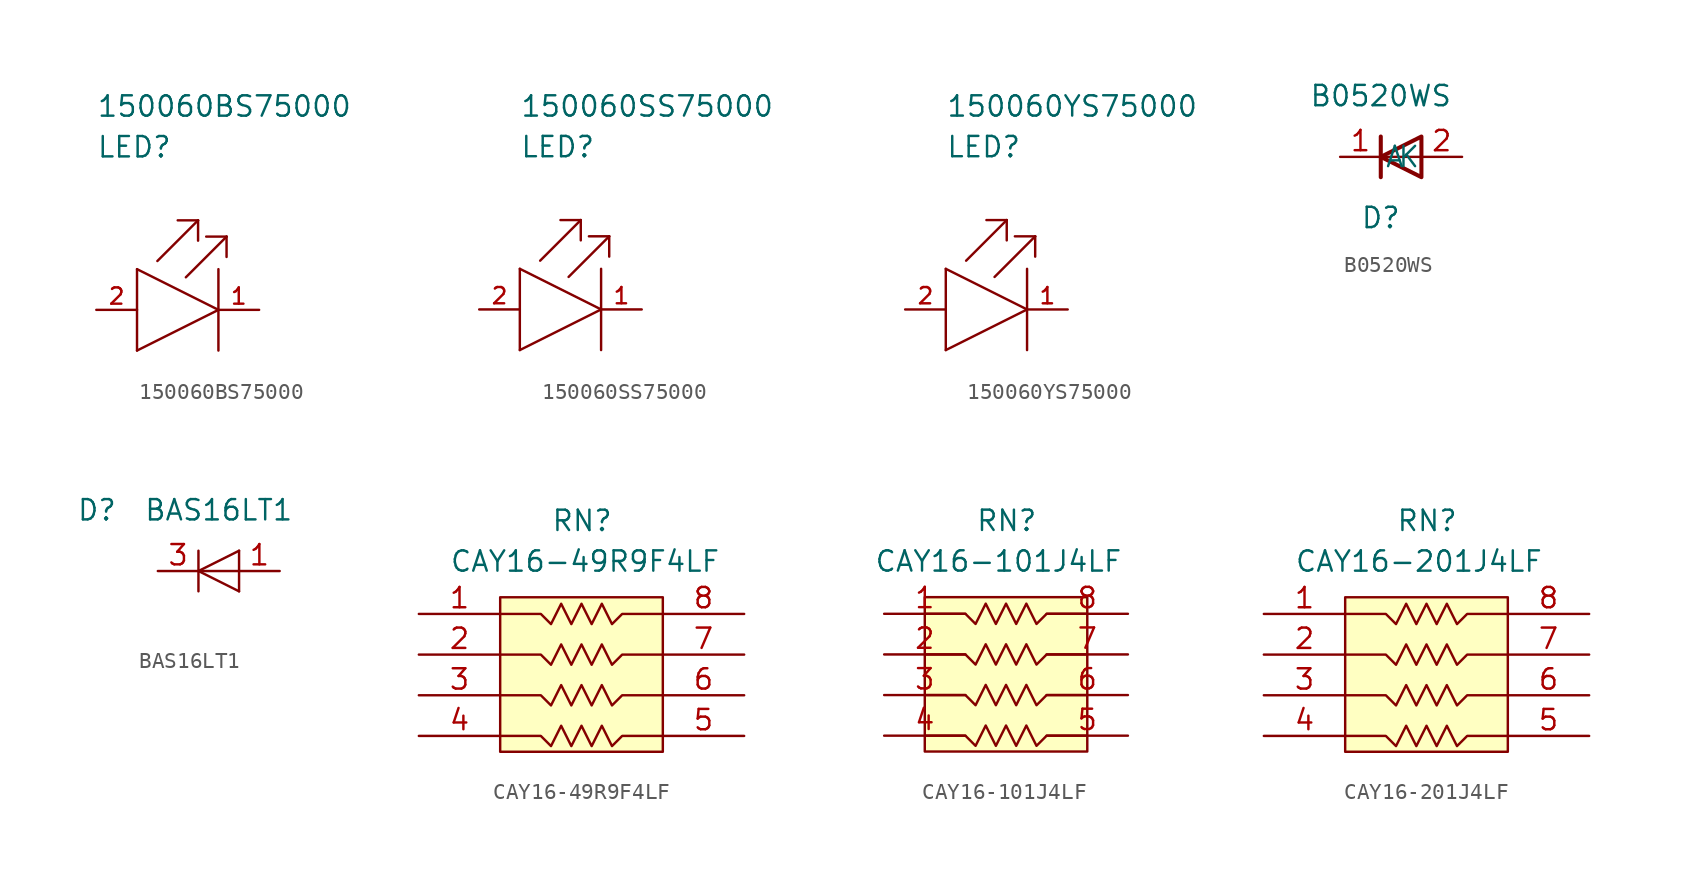
<source format=kicad_sym>
(kicad_symbol_lib
  (version 20241209)
  (generator "kicad_symbol_editor")
  (generator_version "9.0")
  (symbol "150060BS75000"
    (pin_names
      (offset 1.016))
    (property "Reference" "LED"
      (at 0 10.16 0)
      (effects (font (size 1.27 1.27)) (justify left)))
    (property "Value" "150060BS75000"
      (at 0 12.7 0)
      (effects (font (size 1.27 1.27)) (justify left)))
    (symbol "150060BS75000_1_1"
      (polyline (pts (xy 2.54 2.54) (xy 2.54 -2.54)) (stroke (width 0) (type solid)) (fill (type none)))
      (polyline (pts (xy 2.54 2.54) (xy 7.62 0)) (stroke (width 0) (type solid)) (fill (type none)))
      (polyline (pts (xy 2.54 -2.54) (xy 7.62 0)) (stroke (width 0) (type solid)) (fill (type none)))
      (polyline (pts (xy 3.81 3.048) (xy 6.35 5.588)) (stroke (width 0) (type solid)) (fill (type none)))
      (polyline (pts (xy 5.588 2.032) (xy 8.128 4.572)) (stroke (width 0) (type solid)) (fill (type none)))
      (polyline (pts (xy 6.35 5.588) (xy 5.08 5.588)) (stroke (width 0) (type solid)) (fill (type none)))
      (polyline (pts (xy 6.35 5.588) (xy 6.35 4.318)) (stroke (width 0) (type solid)) (fill (type none)))
      (polyline (pts (xy 7.62 2.54) (xy 7.62 -2.54)) (stroke (width 0) (type solid)) (fill (type none)))
      (polyline (pts (xy 8.128 4.572) (xy 6.858 4.572)) (stroke (width 0) (type solid)) (fill (type none)))
      (polyline (pts (xy 8.128 4.572) (xy 8.128 3.302)) (stroke (width 0) (type solid)) (fill (type none)))
      (pin passive line (at 0 0 0) (length 2.54) (name "ANODE" (effects (font (size 0 0)))) (number "2" (effects (font (size 1.016 1.016)))))
      (pin passive line (at 10.16 0 180) (length 2.54) (name "CATHODE" (effects (font (size 0 0)))) (number "1" (effects (font (size 1.016 1.016)))))))
  (symbol "150060SS75000"
    (pin_names
      (offset 1.016))
    (property "Reference" "LED"
      (at 0 10.16 0)
      (effects (font (size 1.27 1.27)) (justify left)))
    (property "Value" "150060SS75000"
      (at 0 12.7 0)
      (effects (font (size 1.27 1.27)) (justify left)))
    (symbol "150060SS75000_1_1"
      (polyline (pts (xy 0 2.54) (xy 0 -2.54)) (stroke (width 0) (type solid)) (fill (type none)))
      (polyline (pts (xy 0 2.54) (xy 5.08 0)) (stroke (width 0) (type solid)) (fill (type none)))
      (polyline (pts (xy 0 -2.54) (xy 5.08 0)) (stroke (width 0) (type solid)) (fill (type none)))
      (polyline (pts (xy 1.27 3.048) (xy 3.81 5.588)) (stroke (width 0) (type solid)) (fill (type none)))
      (polyline (pts (xy 3.048 2.032) (xy 5.588 4.572)) (stroke (width 0) (type solid)) (fill (type none)))
      (polyline (pts (xy 3.81 5.588) (xy 2.54 5.588)) (stroke (width 0) (type solid)) (fill (type none)))
      (polyline (pts (xy 3.81 5.588) (xy 3.81 4.318)) (stroke (width 0) (type solid)) (fill (type none)))
      (polyline (pts (xy 5.08 2.54) (xy 5.08 -2.54)) (stroke (width 0) (type solid)) (fill (type none)))
      (polyline (pts (xy 5.588 4.572) (xy 4.318 4.572)) (stroke (width 0) (type solid)) (fill (type none)))
      (polyline (pts (xy 5.588 4.572) (xy 5.588 3.302)) (stroke (width 0) (type solid)) (fill (type none)))
      (pin passive line (at -2.54 0 0) (length 2.54) (name "ANODE" (effects (font (size 0 0)))) (number "2" (effects (font (size 1.016 1.016)))))
      (pin passive line (at 7.62 0 180) (length 2.54) (name "CATHODE" (effects (font (size 0 0)))) (number "1" (effects (font (size 1.016 1.016)))))))
  (symbol "150060YS75000"
    (pin_names
      (offset 1.016))
    (property "Reference" "LED"
      (at 0 10.16 0)
      (effects (font (size 1.27 1.27)) (justify left)))
    (property "Value" "150060YS75000"
      (at 0 12.7 0)
      (effects (font (size 1.27 1.27)) (justify left)))
    (symbol "150060YS75000_1_1"
      (polyline (pts (xy 0 2.54) (xy 0 -2.54)) (stroke (width 0) (type solid)) (fill (type none)))
      (polyline (pts (xy 0 2.54) (xy 5.08 0)) (stroke (width 0) (type solid)) (fill (type none)))
      (polyline (pts (xy 0 -2.54) (xy 5.08 0)) (stroke (width 0) (type solid)) (fill (type none)))
      (polyline (pts (xy 1.27 3.048) (xy 3.81 5.588)) (stroke (width 0) (type solid)) (fill (type none)))
      (polyline (pts (xy 3.048 2.032) (xy 5.588 4.572)) (stroke (width 0) (type solid)) (fill (type none)))
      (polyline (pts (xy 3.81 5.588) (xy 2.54 5.588)) (stroke (width 0) (type solid)) (fill (type none)))
      (polyline (pts (xy 3.81 5.588) (xy 3.81 4.318)) (stroke (width 0) (type solid)) (fill (type none)))
      (polyline (pts (xy 5.08 2.54) (xy 5.08 -2.54)) (stroke (width 0) (type solid)) (fill (type none)))
      (polyline (pts (xy 5.588 4.572) (xy 4.318 4.572)) (stroke (width 0) (type solid)) (fill (type none)))
      (polyline (pts (xy 5.588 4.572) (xy 5.588 3.302)) (stroke (width 0) (type solid)) (fill (type none)))
      (pin passive line (at -2.54 0 0) (length 2.54) (name "ANODE" (effects (font (size 0 0)))) (number "2" (effects (font (size 1.016 1.016)))))
      (pin passive line (at 7.62 0 180) (length 2.54) (name "CATHODE" (effects (font (size 0 0)))) (number "1" (effects (font (size 1.016 1.016)))))))
  (symbol "B0520WS"
    (pin_names
      (offset 1.016))
    (property "Reference" "D"
      (at 0 -3.81 0)
      (effects (font (size 1.27 1.27))))
    (property "Value" "B0520WS"
      (at 0 3.81 0)
      (effects (font (size 1.27 1.27))))
    (symbol "B0520WS_1_1"
      (polyline (pts (xy 0 1.27) (xy 0 -1.27)) (stroke (width 0.254) (type solid)) (fill (type none)))
      (polyline (pts (xy 2.54 1.27) (xy 2.54 -1.27) (xy 0 0) (xy 2.54 1.27)) (stroke (width 0.254) (type solid)) (fill (type none)))
      (polyline (pts (xy 2.54 0) (xy 0 0)) (stroke (width 0) (type solid)) (fill (type none)))
      (pin passive line (at -2.54 0 0) (length 2.54) (name "K" (effects (font (size 1.27 1.27)))) (number "1" (effects (font (size 1.27 1.27)))))
      (pin passive line (at 5.08 0 180) (length 2.54) (name "A" (effects (font (size 1.27 1.27)))) (number "2" (effects (font (size 1.27 1.27)))))))
  (symbol "BAS16LT1"
    (pin_names
      (offset 1.016))
    (property "Reference" "D"
      (at -11.43 3.81 0)
      (effects (font (size 1.27 1.27))))
    (property "Value" "BAS16LT1"
      (at -3.81 3.81 0)
      (effects (font (size 1.27 1.27))))
    (symbol "BAS16LT1_1_1"
      (polyline (pts (xy -5.08 1.27) (xy -5.08 -1.27)) (stroke (width 0.152) (type solid)) (fill (type none)))
      (polyline (pts (xy -2.54 1.27) (xy -2.54 -1.27)) (stroke (width 0) (type solid)) (fill (type none)))
      (polyline (pts (xy -2.54 1.27) (xy -5.08 0) (xy -2.54 -1.27)) (stroke (width 0) (type solid)) (fill (type none)))
      (polyline (pts (xy -2.54 0) (xy -5.08 0)) (stroke (width 0) (type solid)) (fill (type none)))
      (pin passive line (at -7.62 0 0) (length 2.54) (name "~" (effects (font (size 1.27 1.27)))) (number "3" (effects (font (size 1.27 1.27)))))
      (pin no_connect line (at -2.54 -3.81 90) (length 2.54) (hide yes) (name "~" (effects (font (size 1.27 1.27)))) (number "2" (effects (font (size 1.27 1.27)))))
      (pin passive line (at 0 0 180) (length 2.54) (name "~" (effects (font (size 1.27 1.27)))) (number "1" (effects (font (size 1.27 1.27)))))))
  (symbol "CAY16-49R9F4LF"
    (pin_names
      (offset 1.016)
      (hide yes))
    (property "Reference" "RN"
      (at 8.255 5.08 0)
      (effects (font (size 1.27 1.27)) (justify left bottom)))
    (property "Value" "CAY16-49R9F4LF"
      (at 1.905 2.54 0)
      (effects (font (size 1.27 1.27)) (justify left bottom)))
    (symbol "CAY16-49R9F4LF_0_1"
      (polyline (pts (xy 5.08 -7.62) (xy 7.62 -7.62) (xy 8.255 -8.255) (xy 8.89 -6.985) (xy 9.525 -8.255) (xy 10.16 -6.985) (xy 10.795 -8.255) (xy 11.43 -6.985) (xy 12.065 -8.255) (xy 12.7 -7.62) (xy 15.24 -7.62)) (stroke (width 0) (type solid)) (fill (type none))))
    (symbol "CAY16-49R9F4LF_1_1"
      (polyline (pts (xy 5.08 0) (xy 7.62 0) (xy 8.255 -0.635) (xy 8.89 0.635) (xy 9.525 -0.635) (xy 10.16 0.635) (xy 10.795 -0.635) (xy 11.43 0.635) (xy 12.065 -0.635) (xy 12.7 0) (xy 15.24 0)) (stroke (width 0) (type solid)) (fill (type none)))
      (polyline (pts (xy 5.08 -2.54) (xy 7.62 -2.54) (xy 8.255 -3.175) (xy 8.89 -1.905) (xy 9.525 -3.175) (xy 10.16 -1.905) (xy 10.795 -3.175) (xy 11.43 -1.905) (xy 12.065 -3.175) (xy 12.7 -2.54) (xy 15.24 -2.54)) (stroke (width 0) (type solid)) (fill (type none)))
      (polyline (pts (xy 5.08 -5.08) (xy 7.62 -5.08) (xy 8.255 -5.715) (xy 8.89 -4.445) (xy 9.525 -5.715) (xy 10.16 -4.445) (xy 10.795 -5.715) (xy 11.43 -4.445) (xy 12.065 -5.715) (xy 12.7 -5.08) (xy 15.24 -5.08)) (stroke (width 0) (type solid)) (fill (type none)))
      (rectangle (start 5.08 -8.611) (end 15.24 1.041) (stroke (width 0) (type solid)) (fill (type background)))
      (pin passive line (at 0 0 0) (length 5.08) (name "1" (effects (font (size 1.27 1.27)))) (number "1" (effects (font (size 1.27 1.27)))))
      (pin passive line (at 0 -2.54 0) (length 5.08) (name "2" (effects (font (size 1.27 1.27)))) (number "2" (effects (font (size 1.27 1.27)))))
      (pin passive line (at 0 -5.08 0) (length 5.08) (name "3" (effects (font (size 1.27 1.27)))) (number "3" (effects (font (size 1.27 1.27)))))
      (pin passive line (at 0 -7.62 0) (length 5.08) (name "4" (effects (font (size 1.27 1.27)))) (number "4" (effects (font (size 1.27 1.27)))))
      (pin passive line (at 20.32 0 180) (length 5.08) (name "8" (effects (font (size 1.27 1.27)))) (number "8" (effects (font (size 1.27 1.27)))))
      (pin passive line (at 20.32 -2.54 180) (length 5.08) (name "7" (effects (font (size 1.27 1.27)))) (number "7" (effects (font (size 1.27 1.27)))))
      (pin passive line (at 20.32 -5.08 180) (length 5.08) (name "6" (effects (font (size 1.27 1.27)))) (number "6" (effects (font (size 1.27 1.27)))))
      (pin passive line (at 20.32 -7.62 180) (length 5.08) (name "5" (effects (font (size 1.27 1.27)))) (number "5" (effects (font (size 1.27 1.27)))))))
  (symbol "CAY16-101J4LF"
    (pin_names
      (offset 1.016)
      (hide yes))
    (property "Reference" "RN"
      (at 5.715 5.08 0)
      (effects (font (size 1.27 1.27)) (justify left bottom)))
    (property "Value" "CAY16-101J4LF"
      (at -0.635 2.54 0)
      (effects (font (size 1.27 1.27)) (justify left bottom)))
    (symbol "CAY16-101J4LF_0_1"
      (polyline (pts (xy 2.54 -7.62) (xy 5.08 -7.62) (xy 5.715 -8.255) (xy 6.35 -6.985) (xy 6.985 -8.255) (xy 7.62 -6.985) (xy 8.255 -8.255) (xy 8.89 -6.985) (xy 9.525 -8.255) (xy 10.16 -7.62) (xy 12.7 -7.62)) (stroke (width 0) (type solid)) (fill (type none))))
    (symbol "CAY16-101J4LF_1_1"
      (polyline (pts (xy 2.54 0) (xy 5.08 0) (xy 5.715 -0.635) (xy 6.35 0.635) (xy 6.985 -0.635) (xy 7.62 0.635) (xy 8.255 -0.635) (xy 8.89 0.635) (xy 9.525 -0.635) (xy 10.16 0) (xy 12.7 0)) (stroke (width 0) (type solid)) (fill (type none)))
      (polyline (pts (xy 2.54 -2.54) (xy 5.08 -2.54) (xy 5.715 -3.175) (xy 6.35 -1.905) (xy 6.985 -3.175) (xy 7.62 -1.905) (xy 8.255 -3.175) (xy 8.89 -1.905) (xy 9.525 -3.175) (xy 10.16 -2.54) (xy 12.7 -2.54)) (stroke (width 0) (type solid)) (fill (type none)))
      (polyline (pts (xy 2.54 -5.08) (xy 5.08 -5.08) (xy 5.715 -5.715) (xy 6.35 -4.445) (xy 6.985 -5.715) (xy 7.62 -4.445) (xy 8.255 -5.715) (xy 8.89 -4.445) (xy 9.525 -5.715) (xy 10.16 -5.08) (xy 12.7 -5.08)) (stroke (width 0) (type solid)) (fill (type none)))
      (rectangle (start 2.54 -8.611) (end 12.7 1.041) (stroke (width 0) (type solid)) (fill (type background)))
      (pin passive line (at 0 0 0) (length 5.08) (name "1" (effects (font (size 1.27 1.27)))) (number "1" (effects (font (size 1.27 1.27)))))
      (pin passive line (at 0 -2.54 0) (length 5.08) (name "2" (effects (font (size 1.27 1.27)))) (number "2" (effects (font (size 1.27 1.27)))))
      (pin passive line (at 0 -5.08 0) (length 5.08) (name "3" (effects (font (size 1.27 1.27)))) (number "3" (effects (font (size 1.27 1.27)))))
      (pin passive line (at 0 -7.62 0) (length 5.08) (name "4" (effects (font (size 1.27 1.27)))) (number "4" (effects (font (size 1.27 1.27)))))
      (pin passive line (at 15.24 0 180) (length 5.08) (name "8" (effects (font (size 1.27 1.27)))) (number "8" (effects (font (size 1.27 1.27)))))
      (pin passive line (at 15.24 -2.54 180) (length 5.08) (name "7" (effects (font (size 1.27 1.27)))) (number "7" (effects (font (size 1.27 1.27)))))
      (pin passive line (at 15.24 -5.08 180) (length 5.08) (name "6" (effects (font (size 1.27 1.27)))) (number "6" (effects (font (size 1.27 1.27)))))
      (pin passive line (at 15.24 -7.62 180) (length 5.08) (name "5" (effects (font (size 1.27 1.27)))) (number "5" (effects (font (size 1.27 1.27)))))))
  (symbol "CAY16-201J4LF"
    (pin_names
      (offset 1.016)
      (hide yes))
    (property "Reference" "RN"
      (at 8.255 5.08 0)
      (effects (font (size 1.27 1.27)) (justify left bottom)))
    (property "Value" "CAY16-201J4LF"
      (at 1.905 2.54 0)
      (effects (font (size 1.27 1.27)) (justify left bottom)))
    (symbol "CAY16-201J4LF_0_1"
      (polyline (pts (xy 5.08 -7.62) (xy 7.62 -7.62) (xy 8.255 -8.255) (xy 8.89 -6.985) (xy 9.525 -8.255) (xy 10.16 -6.985) (xy 10.795 -8.255) (xy 11.43 -6.985) (xy 12.065 -8.255) (xy 12.7 -7.62) (xy 15.24 -7.62)) (stroke (width 0) (type solid)) (fill (type none))))
    (symbol "CAY16-201J4LF_1_1"
      (polyline (pts (xy 5.08 0) (xy 7.62 0) (xy 8.255 -0.635) (xy 8.89 0.635) (xy 9.525 -0.635) (xy 10.16 0.635) (xy 10.795 -0.635) (xy 11.43 0.635) (xy 12.065 -0.635) (xy 12.7 0) (xy 15.24 0)) (stroke (width 0) (type solid)) (fill (type none)))
      (polyline (pts (xy 5.08 -2.54) (xy 7.62 -2.54) (xy 8.255 -3.175) (xy 8.89 -1.905) (xy 9.525 -3.175) (xy 10.16 -1.905) (xy 10.795 -3.175) (xy 11.43 -1.905) (xy 12.065 -3.175) (xy 12.7 -2.54) (xy 15.24 -2.54)) (stroke (width 0) (type solid)) (fill (type none)))
      (polyline (pts (xy 5.08 -5.08) (xy 7.62 -5.08) (xy 8.255 -5.715) (xy 8.89 -4.445) (xy 9.525 -5.715) (xy 10.16 -4.445) (xy 10.795 -5.715) (xy 11.43 -4.445) (xy 12.065 -5.715) (xy 12.7 -5.08) (xy 15.24 -5.08)) (stroke (width 0) (type solid)) (fill (type none)))
      (rectangle (start 5.08 -8.611) (end 15.24 1.041) (stroke (width 0) (type solid)) (fill (type background)))
      (pin passive line (at 0 0 0) (length 5.08) (name "1" (effects (font (size 1.27 1.27)))) (number "1" (effects (font (size 1.27 1.27)))))
      (pin passive line (at 0 -2.54 0) (length 5.08) (name "2" (effects (font (size 1.27 1.27)))) (number "2" (effects (font (size 1.27 1.27)))))
      (pin passive line (at 0 -5.08 0) (length 5.08) (name "3" (effects (font (size 1.27 1.27)))) (number "3" (effects (font (size 1.27 1.27)))))
      (pin passive line (at 0 -7.62 0) (length 5.08) (name "4" (effects (font (size 1.27 1.27)))) (number "4" (effects (font (size 1.27 1.27)))))
      (pin passive line (at 20.32 0 180) (length 5.08) (name "8" (effects (font (size 1.27 1.27)))) (number "8" (effects (font (size 1.27 1.27)))))
      (pin passive line (at 20.32 -2.54 180) (length 5.08) (name "7" (effects (font (size 1.27 1.27)))) (number "7" (effects (font (size 1.27 1.27)))))
      (pin passive line (at 20.32 -5.08 180) (length 5.08) (name "6" (effects (font (size 1.27 1.27)))) (number "6" (effects (font (size 1.27 1.27)))))
      (pin passive line (at 20.32 -7.62 180) (length 5.08) (name "5" (effects (font (size 1.27 1.27)))) (number "5" (effects (font (size 1.27 1.27))))))))
</source>
